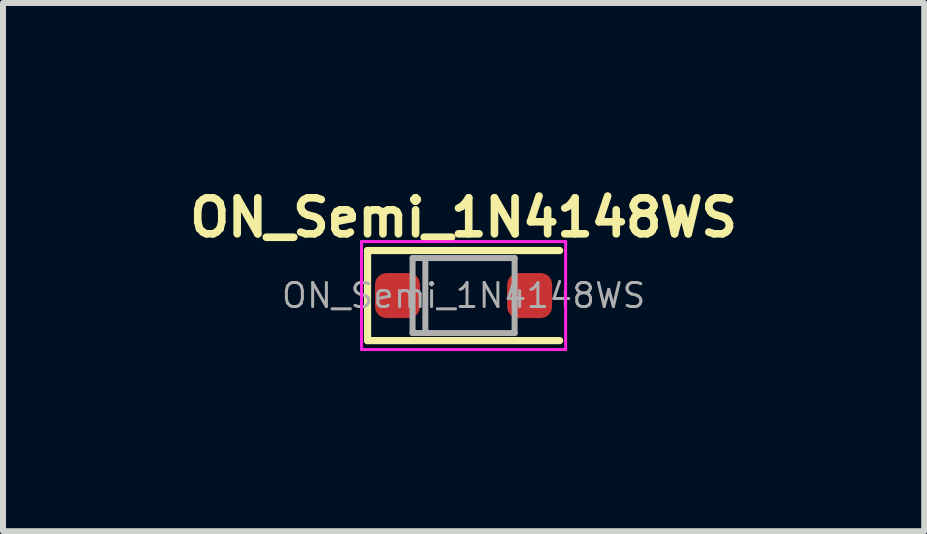
<source format=kicad_pcb>
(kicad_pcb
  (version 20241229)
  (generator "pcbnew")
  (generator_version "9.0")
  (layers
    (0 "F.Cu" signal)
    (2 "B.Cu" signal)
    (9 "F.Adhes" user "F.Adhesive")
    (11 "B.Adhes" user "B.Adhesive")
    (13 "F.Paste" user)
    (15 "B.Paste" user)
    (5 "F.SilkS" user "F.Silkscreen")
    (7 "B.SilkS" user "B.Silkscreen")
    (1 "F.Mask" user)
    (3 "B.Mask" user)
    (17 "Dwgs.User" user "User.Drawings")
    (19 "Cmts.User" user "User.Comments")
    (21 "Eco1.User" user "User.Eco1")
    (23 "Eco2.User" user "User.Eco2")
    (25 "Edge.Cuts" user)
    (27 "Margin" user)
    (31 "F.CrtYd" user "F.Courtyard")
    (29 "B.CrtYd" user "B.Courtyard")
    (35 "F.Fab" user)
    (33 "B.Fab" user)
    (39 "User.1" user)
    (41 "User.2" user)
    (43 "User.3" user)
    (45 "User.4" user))
  (footprint "ON_Semi_1N4148WS"
    (layer "F.Cu")
    (at 4.673 1.874)
    (property "Reference" "ON_Semi_1N4148WS" (at 0 -1.3 0) (layer "F.SilkS") (effects (font (size 0.6 0.6) (thickness 0.127))))
    (attr smd)
    (fp_line (start -1.6 -0.75) (end -1.6 0.75) (stroke (width 0.12) (type solid)) (layer "F.SilkS"))
    (fp_line (start -1.6 -0.75) (end 1.6 -0.75) (stroke (width 0.12) (type solid)) (layer "F.SilkS"))
    (fp_line (start -1.6 0.75) (end 1.6 0.75) (stroke (width 0.12) (type solid)) (layer "F.SilkS"))
    (fp_line (start -1.7 -0.9) (end -1.7 0.9) (stroke (width 0.05) (type solid)) (layer "F.CrtYd"))
    (fp_line (start -1.7 -0.9) (end 1.7 -0.9) (stroke (width 0.05) (type solid)) (layer "F.CrtYd"))
    (fp_line (start -1.7 0.9) (end 1.7 0.9) (stroke (width 0.05) (type solid)) (layer "F.CrtYd"))
    (fp_line (start 1.7 -0.9) (end 1.7 0.9) (stroke (width 0.05) (type solid)) (layer "F.CrtYd"))
    (fp_line (start -0.85 -0.625) (end -0.85 0.625) (stroke (width 0.1) (type solid)) (layer "F.Fab"))
    (fp_line (start -0.85 0.625) (end 0.85 0.625) (stroke (width 0.1) (type solid)) (layer "F.Fab"))
    (fp_line (start -0.637 -0.6) (end -0.637 0.6) (stroke (width 0.1) (type solid)) (layer "F.Fab"))
    (fp_line (start 0.85 -0.625) (end -0.85 -0.625) (stroke (width 0.1) (type solid)) (layer "F.Fab"))
    (fp_line (start 0.85 0.625) (end 0.85 -0.625) (stroke (width 0.1) (type solid)) (layer "F.Fab"))
    (fp_text user "${REFERENCE}" (at 0 0 180) (layer "F.Fab") (effects (font (size 0.4 0.4) (thickness 0.05))))
    (pad "1" smd roundrect (at 1.1 0) (size 0.75 0.75) (layers "F.Cu" "F.Mask" "F.Paste") (roundrect_rratio 0.25))
    (pad "2" smd roundrect (at -1.1 0) (size 0.75 0.75) (layers "F.Cu" "F.Mask" "F.Paste") (roundrect_rratio 0.25)))
  (gr_rect
    (start -3 -3)
    (end 12.347 5.799)
    (stroke (width 0.1) (type default))
    (fill no)
    (layer "Edge.Cuts")))
</source>
